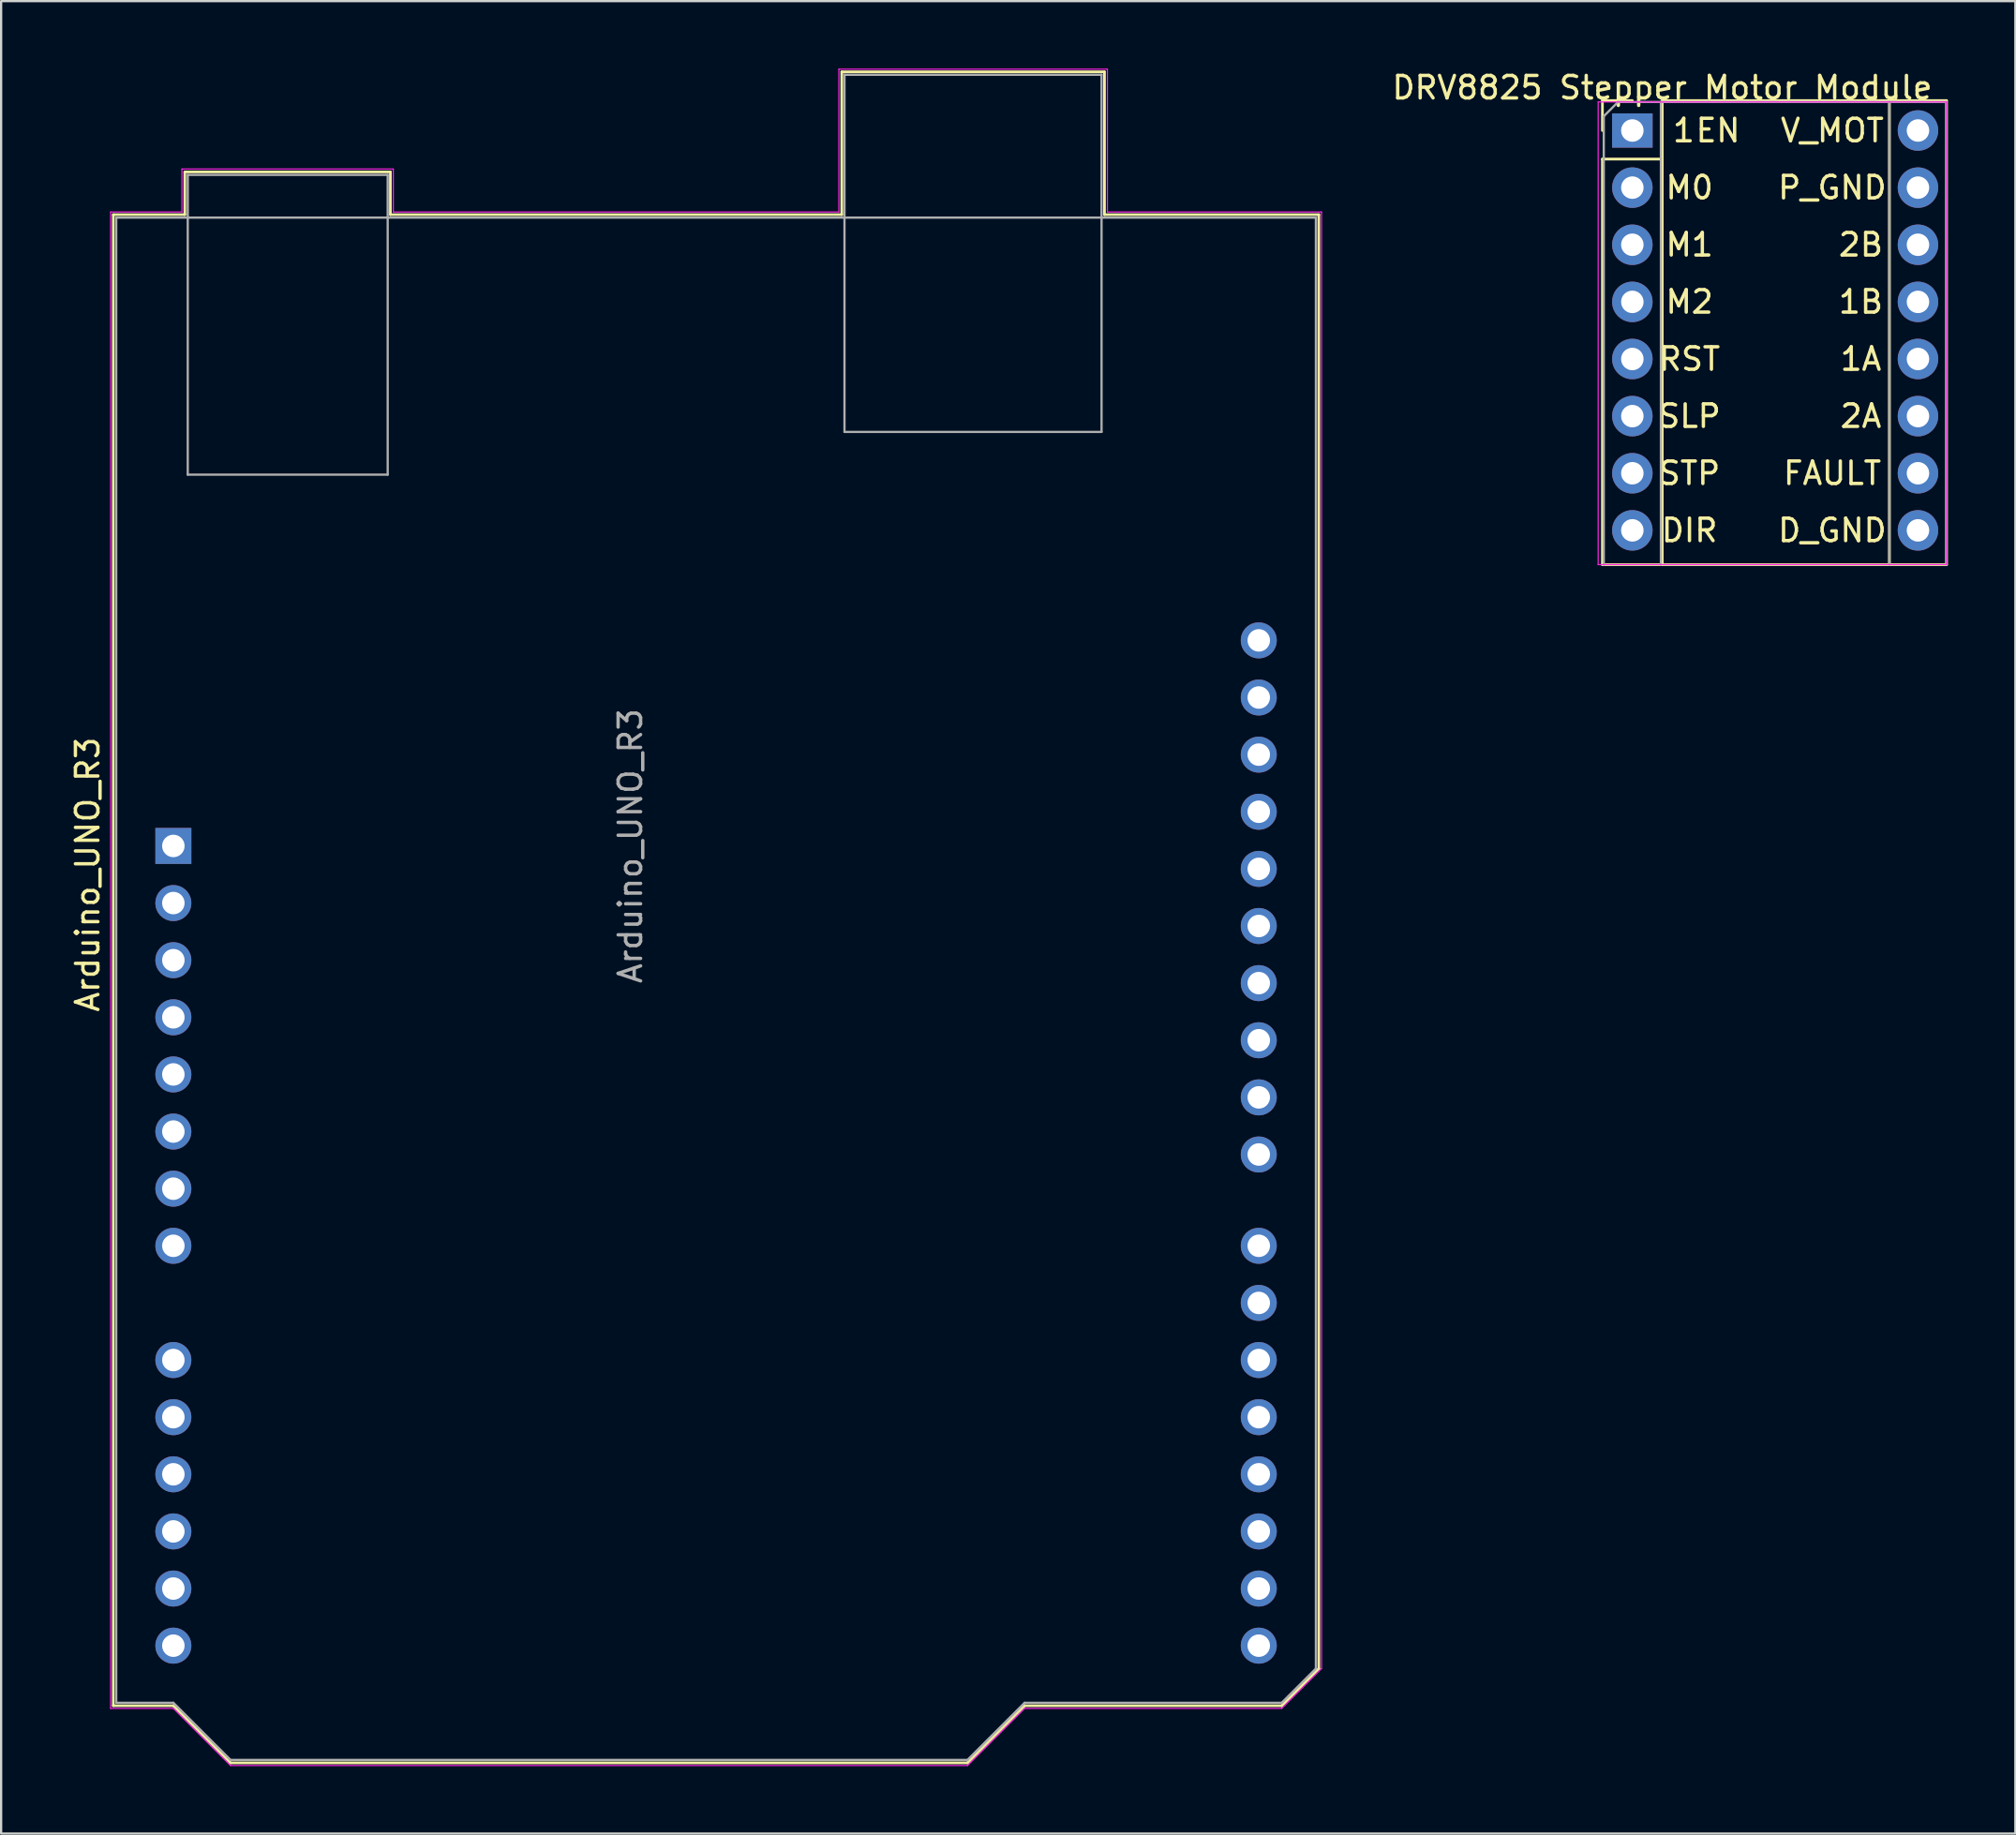
<source format=kicad_pcb>
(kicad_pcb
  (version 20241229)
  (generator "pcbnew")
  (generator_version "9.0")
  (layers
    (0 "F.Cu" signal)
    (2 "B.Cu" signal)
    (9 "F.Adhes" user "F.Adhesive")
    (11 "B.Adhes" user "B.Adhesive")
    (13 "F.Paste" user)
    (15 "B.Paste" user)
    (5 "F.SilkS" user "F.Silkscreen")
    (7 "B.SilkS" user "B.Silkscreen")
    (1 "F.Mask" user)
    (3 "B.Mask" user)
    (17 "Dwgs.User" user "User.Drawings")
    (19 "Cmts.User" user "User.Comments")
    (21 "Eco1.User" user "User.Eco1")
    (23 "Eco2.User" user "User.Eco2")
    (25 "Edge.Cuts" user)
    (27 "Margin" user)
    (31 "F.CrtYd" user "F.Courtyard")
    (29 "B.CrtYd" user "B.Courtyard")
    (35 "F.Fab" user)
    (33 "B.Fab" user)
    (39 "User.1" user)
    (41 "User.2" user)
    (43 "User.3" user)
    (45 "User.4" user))
  (footprint "DRV8825 Stepper Motor Module"
    (layer "F.Cu")
    (at 69.528 2.753)
    (property "Reference" "DRV8825 Stepper Motor Module" (at 1.33 -1.905 180) (layer "F.SilkS") (effects (font (size 1 1) (thickness 0.15))))
    (attr through_hole)
    (fp_line (start -1.33 -1.33) (end -1.33 0) (stroke (width 0.12) (type solid)) (layer "F.SilkS"))
    (fp_line (start -1.33 1.27) (end -1.33 19.304) (stroke (width 0.12) (type solid)) (layer "F.SilkS"))
    (fp_line (start -1.33 1.27) (end 1.33 1.27) (stroke (width 0.12) (type solid)) (layer "F.SilkS"))
    (fp_line (start -1.33 19.304) (end 13.97 19.304) (stroke (width 0.12) (type solid)) (layer "F.SilkS"))
    (fp_line (start 0 -1.33) (end -1.33 -1.33) (stroke (width 0.12) (type solid)) (layer "F.SilkS"))
    (fp_line (start 1.33 -1.33) (end 1.33 19.304) (stroke (width 0.12) (type solid)) (layer "F.SilkS"))
    (fp_line (start 1.33 -1.33) (end 13.97 -1.33) (stroke (width 0.12) (type solid)) (layer "F.SilkS"))
    (fp_line (start 11.43 19.304) (end 11.43 -1.33) (stroke (width 0.12) (type solid)) (layer "F.SilkS"))
    (fp_line (start 13.97 -1.33) (end 13.97 19.304) (stroke (width 0.12) (type solid)) (layer "F.SilkS"))
    (fp_line (start -1.52 -1.27) (end 13.97 -1.27) (stroke (width 0.05) (type solid)) (layer "F.CrtYd"))
    (fp_line (start -1.52 19.304) (end -1.52 -1.27) (stroke (width 0.05) (type solid)) (layer "F.CrtYd"))
    (fp_line (start 13.97 -1.27) (end 13.97 19.304) (stroke (width 0.05) (type solid)) (layer "F.CrtYd"))
    (fp_line (start 13.97 19.304) (end -1.52 19.304) (stroke (width 0.05) (type solid)) (layer "F.CrtYd"))
    (fp_line (start -1.27 -0.635) (end -0.635 -1.27) (stroke (width 0.1) (type solid)) (layer "F.Fab"))
    (fp_line (start -1.27 19.304) (end -1.27 -0.635) (stroke (width 0.1) (type solid)) (layer "F.Fab"))
    (fp_line (start -0.635 -1.27) (end 13.97 -1.27) (stroke (width 0.1) (type solid)) (layer "F.Fab"))
    (fp_line (start 1.27 -1.27) (end 1.27 19.304) (stroke (width 0.1) (type solid)) (layer "F.Fab"))
    (fp_line (start 11.43 -1.27) (end 11.43 19.304) (stroke (width 0.1) (type solid)) (layer "F.Fab"))
    (fp_line (start 13.97 -1.27) (end 13.97 19.304) (stroke (width 0.1) (type solid)) (layer "F.Fab"))
    (fp_text user "FAULT" (at 8.89 15.24 0) (unlocked yes) (layer "F.SilkS") (effects (font (size 1 1) (thickness 0.15))))
    (fp_text user "1" (at 2.286 0 0) (unlocked yes) (layer "F.SilkS") (effects (font (size 1 1) (thickness 0.15))))
    (fp_text user "P_GND" (at 8.89 2.54 0) (unlocked yes) (layer "F.SilkS") (effects (font (size 1 1) (thickness 0.15))))
    (fp_text user "M0" (at 2.54 2.54 0) (unlocked yes) (layer "F.SilkS") (effects (font (size 1 1) (thickness 0.15))))
    (fp_text user "V_MOT" (at 8.89 0 0) (unlocked yes) (layer "F.SilkS") (effects (font (size 1 1) (thickness 0.15))))
    (fp_text user "1A" (at 10.16 10.16 0) (unlocked yes) (layer "F.SilkS") (effects (font (size 1 1) (thickness 0.15))))
    (fp_text user "SLP" (at 2.54 12.7 0) (unlocked yes) (layer "F.SilkS") (effects (font (size 1 1) (thickness 0.15))))
    (fp_text user "2B" (at 10.16 5.08 0) (unlocked yes) (layer "F.SilkS") (effects (font (size 1 1) (thickness 0.15))))
    (fp_text user "2A" (at 10.16 12.7 0) (unlocked yes) (layer "F.SilkS") (effects (font (size 1 1) (thickness 0.15))))
    (fp_text user "M1" (at 2.54 5.08 0) (unlocked yes) (layer "F.SilkS") (effects (font (size 1 1) (thickness 0.15))))
    (fp_text user "EN" (at 3.81 0 0) (unlocked yes) (layer "F.SilkS") (effects (font (size 1 1) (thickness 0.15))))
    (fp_text user "M2" (at 2.54 7.62 0) (unlocked yes) (layer "F.SilkS") (effects (font (size 1 1) (thickness 0.15))))
    (fp_text user "RST" (at 2.54 10.16 0) (unlocked yes) (layer "F.SilkS") (effects (font (size 1 1) (thickness 0.15))))
    (fp_text user "STP" (at 2.54 15.24 0) (unlocked yes) (layer "F.SilkS") (effects (font (size 1 1) (thickness 0.15))))
    (fp_text user "D_GND" (at 8.89 17.78 0) (unlocked yes) (layer "F.SilkS") (effects (font (size 1 1) (thickness 0.15))))
    (fp_text user "1B" (at 10.16 7.62 0) (unlocked yes) (layer "F.SilkS") (effects (font (size 1 1) (thickness 0.15))))
    (fp_text user "DIR" (at 2.54 17.78 0) (unlocked yes) (layer "F.SilkS") (effects (font (size 1 1) (thickness 0.15))))
    (pad "1" thru_hole rect (at 0 0) (size 1.8 1.524) (drill 1) (layers "*.Cu" "*.Mask"))
    (pad "2" thru_hole circle (at 0 2.54) (size 1.8 1.8) (drill 1) (layers "*.Cu" "*.Mask"))
    (pad "3" thru_hole circle (at 0 5.08) (size 1.8 1.8) (drill 1) (layers "*.Cu" "*.Mask"))
    (pad "4" thru_hole circle (at 0 7.62) (size 1.8 1.8) (drill 1) (layers "*.Cu" "*.Mask"))
    (pad "5" thru_hole circle (at 0 10.16) (size 1.8 1.8) (drill 1) (layers "*.Cu" "*.Mask"))
    (pad "6" thru_hole circle (at 0 12.7) (size 1.8 1.8) (drill 1) (layers "*.Cu" "*.Mask"))
    (pad "7" thru_hole circle (at 0 15.24) (size 1.8 1.8) (drill 1) (layers "*.Cu" "*.Mask"))
    (pad "8" thru_hole circle (at 0 17.78) (size 1.8 1.8) (drill 1) (layers "*.Cu" "*.Mask"))
    (pad "9" thru_hole circle (at 12.7 17.78) (size 1.8 1.8) (drill 1) (layers "*.Cu" "*.Mask"))
    (pad "10" thru_hole circle (at 12.7 15.24) (size 1.8 1.8) (drill 1) (layers "*.Cu" "*.Mask"))
    (pad "11" thru_hole circle (at 12.7 12.7) (size 1.8 1.8) (drill 1) (layers "*.Cu" "*.Mask"))
    (pad "12" thru_hole circle (at 12.7 10.16) (size 1.8 1.8) (drill 1) (layers "*.Cu" "*.Mask"))
    (pad "13" thru_hole circle (at 12.7 7.62) (size 1.8 1.8) (drill 1) (layers "*.Cu" "*.Mask"))
    (pad "14" thru_hole circle (at 12.7 5.08) (size 1.8 1.8) (drill 1) (layers "*.Cu" "*.Mask"))
    (pad "15" thru_hole circle (at 12.7 2.54) (size 1.8 1.8) (drill 1) (layers "*.Cu" "*.Mask"))
    (pad "16" thru_hole circle (at 12.7 0) (size 1.8 1.8) (drill 1) (layers "*.Cu" "*.Mask")))
  (footprint "Arduino_UNO_R3"
    (layer "F.Cu")
    (at 24.343 14.88)
    (property "Reference" "Arduino_UNO_R3" (at -23.495 20.955 90) (layer "F.SilkS") (effects (font (size 1 1) (thickness 0.15))))
    (attr through_hole)
    (fp_line (start -22.355 -8.385) (end -19.175 -8.385) (stroke (width 0.12) (type solid)) (layer "F.SilkS"))
    (fp_line (start -22.355 57.915) (end -22.355 -8.385) (stroke (width 0.12) (type solid)) (layer "F.SilkS"))
    (fp_line (start -19.685 57.915) (end -22.355 57.915) (stroke (width 0.12) (type solid)) (layer "F.SilkS"))
    (fp_line (start -19.175 -10.285) (end -10.035 -10.285) (stroke (width 0.12) (type solid)) (layer "F.SilkS"))
    (fp_line (start -19.175 -8.385) (end -19.175 -10.285) (stroke (width 0.12) (type solid)) (layer "F.SilkS"))
    (fp_line (start -17.145 60.455) (end -19.685 57.915) (stroke (width 0.12) (type solid)) (layer "F.SilkS"))
    (fp_line (start -10.035 -10.285) (end -10.035 -8.385) (stroke (width 0.12) (type solid)) (layer "F.SilkS"))
    (fp_line (start -10.035 -8.385) (end 10.035 -8.385) (stroke (width 0.12) (type solid)) (layer "F.SilkS"))
    (fp_line (start 10.035 -14.735) (end 21.715 -14.735) (stroke (width 0.12) (type solid)) (layer "F.SilkS"))
    (fp_line (start 10.035 -8.385) (end 10.035 -14.735) (stroke (width 0.12) (type solid)) (layer "F.SilkS"))
    (fp_line (start 15.625 60.455) (end -17.145 60.455) (stroke (width 0.12) (type solid)) (layer "F.SilkS"))
    (fp_line (start 18.165 57.915) (end 15.625 60.455) (stroke (width 0.12) (type solid)) (layer "F.SilkS"))
    (fp_line (start 21.715 -14.735) (end 21.715 -8.385) (stroke (width 0.12) (type solid)) (layer "F.SilkS"))
    (fp_line (start 21.715 -8.385) (end 31.245 -8.385) (stroke (width 0.12) (type solid)) (layer "F.SilkS"))
    (fp_line (start 29.595 57.915) (end 18.165 57.915) (stroke (width 0.12) (type solid)) (layer "F.SilkS"))
    (fp_line (start 31.245 -8.385) (end 31.245 56.265) (stroke (width 0.12) (type solid)) (layer "F.SilkS"))
    (fp_line (start 31.245 56.265) (end 29.595 57.915) (stroke (width 0.12) (type solid)) (layer "F.SilkS"))
    (fp_line (start -22.475 -8.505) (end -22.475 58.035) (stroke (width 0.05) (type solid)) (layer "F.CrtYd"))
    (fp_line (start -22.475 58.035) (end -19.685 58.035) (stroke (width 0.05) (type solid)) (layer "F.CrtYd"))
    (fp_line (start -19.685 58.035) (end -17.145 60.575) (stroke (width 0.05) (type solid)) (layer "F.CrtYd"))
    (fp_line (start -19.305 -10.415) (end -19.305 -8.505) (stroke (width 0.05) (type solid)) (layer "F.CrtYd"))
    (fp_line (start -19.305 -8.505) (end -22.475 -8.505) (stroke (width 0.05) (type solid)) (layer "F.CrtYd"))
    (fp_line (start -17.145 60.575) (end 15.625 60.575) (stroke (width 0.05) (type solid)) (layer "F.CrtYd"))
    (fp_line (start -9.905 -10.415) (end -19.305 -10.415) (stroke (width 0.05) (type solid)) (layer "F.CrtYd"))
    (fp_line (start -9.905 -8.505) (end -9.905 -10.415) (stroke (width 0.05) (type solid)) (layer "F.CrtYd"))
    (fp_line (start 9.905 -14.855) (end 9.905 -8.505) (stroke (width 0.05) (type solid)) (layer "F.CrtYd"))
    (fp_line (start 9.905 -8.505) (end -9.905 -8.505) (stroke (width 0.05) (type solid)) (layer "F.CrtYd"))
    (fp_line (start 15.625 60.575) (end 18.165 58.035) (stroke (width 0.05) (type solid)) (layer "F.CrtYd"))
    (fp_line (start 18.165 58.035) (end 29.595 58.035) (stroke (width 0.05) (type solid)) (layer "F.CrtYd"))
    (fp_line (start 21.845 -14.855) (end 9.905 -14.855) (stroke (width 0.05) (type solid)) (layer "F.CrtYd"))
    (fp_line (start 21.845 -8.505) (end 21.845 -14.855) (stroke (width 0.05) (type solid)) (layer "F.CrtYd"))
    (fp_line (start 29.595 58.035) (end 31.365 56.265) (stroke (width 0.05) (type solid)) (layer "F.CrtYd"))
    (fp_line (start 31.365 -8.505) (end 21.845 -8.505) (stroke (width 0.05) (type solid)) (layer "F.CrtYd"))
    (fp_line (start 31.365 56.265) (end 31.365 -8.505) (stroke (width 0.05) (type solid)) (layer "F.CrtYd"))
    (fp_line (start -22.225 -8.255) (end -22.225 57.785) (stroke (width 0.1) (type solid)) (layer "F.Fab"))
    (fp_line (start -22.225 57.785) (end -19.685 57.785) (stroke (width 0.1) (type solid)) (layer "F.Fab"))
    (fp_line (start -19.685 57.785) (end -17.145 60.325) (stroke (width 0.1) (type solid)) (layer "F.Fab"))
    (fp_line (start -19.045 -10.155) (end -19.045 3.175) (stroke (width 0.1) (type solid)) (layer "F.Fab"))
    (fp_line (start -19.045 3.175) (end -10.155 3.175) (stroke (width 0.1) (type solid)) (layer "F.Fab"))
    (fp_line (start -17.145 60.325) (end 15.625 60.325) (stroke (width 0.1) (type solid)) (layer "F.Fab"))
    (fp_line (start -10.155 -10.155) (end -19.045 -10.155) (stroke (width 0.1) (type solid)) (layer "F.Fab"))
    (fp_line (start -10.155 3.175) (end -10.155 -10.155) (stroke (width 0.1) (type solid)) (layer "F.Fab"))
    (fp_line (start 10.155 -14.605) (end 10.155 1.275) (stroke (width 0.1) (type solid)) (layer "F.Fab"))
    (fp_line (start 10.155 1.275) (end 21.585 1.275) (stroke (width 0.1) (type solid)) (layer "F.Fab"))
    (fp_line (start 15.625 60.325) (end 18.165 57.785) (stroke (width 0.1) (type solid)) (layer "F.Fab"))
    (fp_line (start 18.165 57.785) (end 29.595 57.785) (stroke (width 0.1) (type solid)) (layer "F.Fab"))
    (fp_line (start 21.585 -14.605) (end 10.155 -14.605) (stroke (width 0.1) (type solid)) (layer "F.Fab"))
    (fp_line (start 21.585 1.275) (end 21.585 -14.605) (stroke (width 0.1) (type solid)) (layer "F.Fab"))
    (fp_line (start 29.595 57.785) (end 31.115 56.265) (stroke (width 0.1) (type solid)) (layer "F.Fab"))
    (fp_line (start 31.115 -8.255) (end -22.225 -8.255) (stroke (width 0.1) (type solid)) (layer "F.Fab"))
    (fp_line (start 31.115 56.265) (end 31.115 -8.255) (stroke (width 0.1) (type solid)) (layer "F.Fab"))
    (fp_text user "${REFERENCE}" (at 0.635 19.685 90) (layer "F.Fab") (effects (font (size 1 1) (thickness 0.15))))
    (pad "1" thru_hole rect (at -19.685 19.685) (size 1.6 1.6) (drill 1) (layers "*.Cu" "*.Mask"))
    (pad "2" thru_hole oval (at -19.685 22.225) (size 1.6 1.6) (drill 1) (layers "*.Cu" "*.Mask"))
    (pad "3" thru_hole oval (at -19.685 24.765) (size 1.6 1.6) (drill 1) (layers "*.Cu" "*.Mask"))
    (pad "4" thru_hole oval (at -19.685 27.305) (size 1.6 1.6) (drill 1) (layers "*.Cu" "*.Mask"))
    (pad "5" thru_hole oval (at -19.685 29.845) (size 1.6 1.6) (drill 1) (layers "*.Cu" "*.Mask"))
    (pad "6" thru_hole oval (at -19.685 32.385) (size 1.6 1.6) (drill 1) (layers "*.Cu" "*.Mask"))
    (pad "7" thru_hole oval (at -19.685 34.925) (size 1.6 1.6) (drill 1) (layers "*.Cu" "*.Mask"))
    (pad "8" thru_hole oval (at -19.685 37.465) (size 1.6 1.6) (drill 1) (layers "*.Cu" "*.Mask"))
    (pad "9" thru_hole oval (at -19.685 42.545) (size 1.6 1.6) (drill 1) (layers "*.Cu" "*.Mask"))
    (pad "10" thru_hole oval (at -19.685 45.085) (size 1.6 1.6) (drill 1) (layers "*.Cu" "*.Mask"))
    (pad "11" thru_hole oval (at -19.685 47.625) (size 1.6 1.6) (drill 1) (layers "*.Cu" "*.Mask"))
    (pad "12" thru_hole oval (at -19.685 50.165) (size 1.6 1.6) (drill 1) (layers "*.Cu" "*.Mask"))
    (pad "13" thru_hole oval (at -19.685 52.705) (size 1.6 1.6) (drill 1) (layers "*.Cu" "*.Mask"))
    (pad "14" thru_hole oval (at -19.685 55.245) (size 1.6 1.6) (drill 1) (layers "*.Cu" "*.Mask"))
    (pad "15" thru_hole oval (at 28.575 55.245) (size 1.6 1.6) (drill 1) (layers "*.Cu" "*.Mask"))
    (pad "16" thru_hole oval (at 28.575 52.705) (size 1.6 1.6) (drill 1) (layers "*.Cu" "*.Mask"))
    (pad "17" thru_hole oval (at 28.575 50.165) (size 1.6 1.6) (drill 1) (layers "*.Cu" "*.Mask"))
    (pad "18" thru_hole oval (at 28.575 47.625) (size 1.6 1.6) (drill 1) (layers "*.Cu" "*.Mask"))
    (pad "19" thru_hole oval (at 28.575 45.085) (size 1.6 1.6) (drill 1) (layers "*.Cu" "*.Mask"))
    (pad "20" thru_hole oval (at 28.575 42.545) (size 1.6 1.6) (drill 1) (layers "*.Cu" "*.Mask"))
    (pad "21" thru_hole oval (at 28.575 40.005) (size 1.6 1.6) (drill 1) (layers "*.Cu" "*.Mask"))
    (pad "22" thru_hole oval (at 28.575 37.465) (size 1.6 1.6) (drill 1) (layers "*.Cu" "*.Mask"))
    (pad "23" thru_hole oval (at 28.575 33.405) (size 1.6 1.6) (drill 1) (layers "*.Cu" "*.Mask"))
    (pad "24" thru_hole oval (at 28.575 30.865) (size 1.6 1.6) (drill 1) (layers "*.Cu" "*.Mask"))
    (pad "25" thru_hole oval (at 28.575 28.325) (size 1.6 1.6) (drill 1) (layers "*.Cu" "*.Mask"))
    (pad "26" thru_hole oval (at 28.575 25.785) (size 1.6 1.6) (drill 1) (layers "*.Cu" "*.Mask"))
    (pad "27" thru_hole oval (at 28.575 23.245) (size 1.6 1.6) (drill 1) (layers "*.Cu" "*.Mask"))
    (pad "28" thru_hole oval (at 28.575 20.705) (size 1.6 1.6) (drill 1) (layers "*.Cu" "*.Mask"))
    (pad "29" thru_hole oval (at 28.575 18.165) (size 1.6 1.6) (drill 1) (layers "*.Cu" "*.Mask"))
    (pad "30" thru_hole oval (at 28.575 15.625) (size 1.6 1.6) (drill 1) (layers "*.Cu" "*.Mask"))
    (pad "31" thru_hole oval (at 28.575 13.085) (size 1.6 1.6) (drill 1) (layers "*.Cu" "*.Mask"))
    (pad "32" thru_hole oval (at 28.575 10.545) (size 1.6 1.6) (drill 1) (layers "*.Cu" "*.Mask")))
  (gr_rect
    (start -3 -3)
    (end 86.558 78.48)
    (stroke (width 0.1) (type default))
    (fill no)
    (layer "Edge.Cuts")))
</source>
